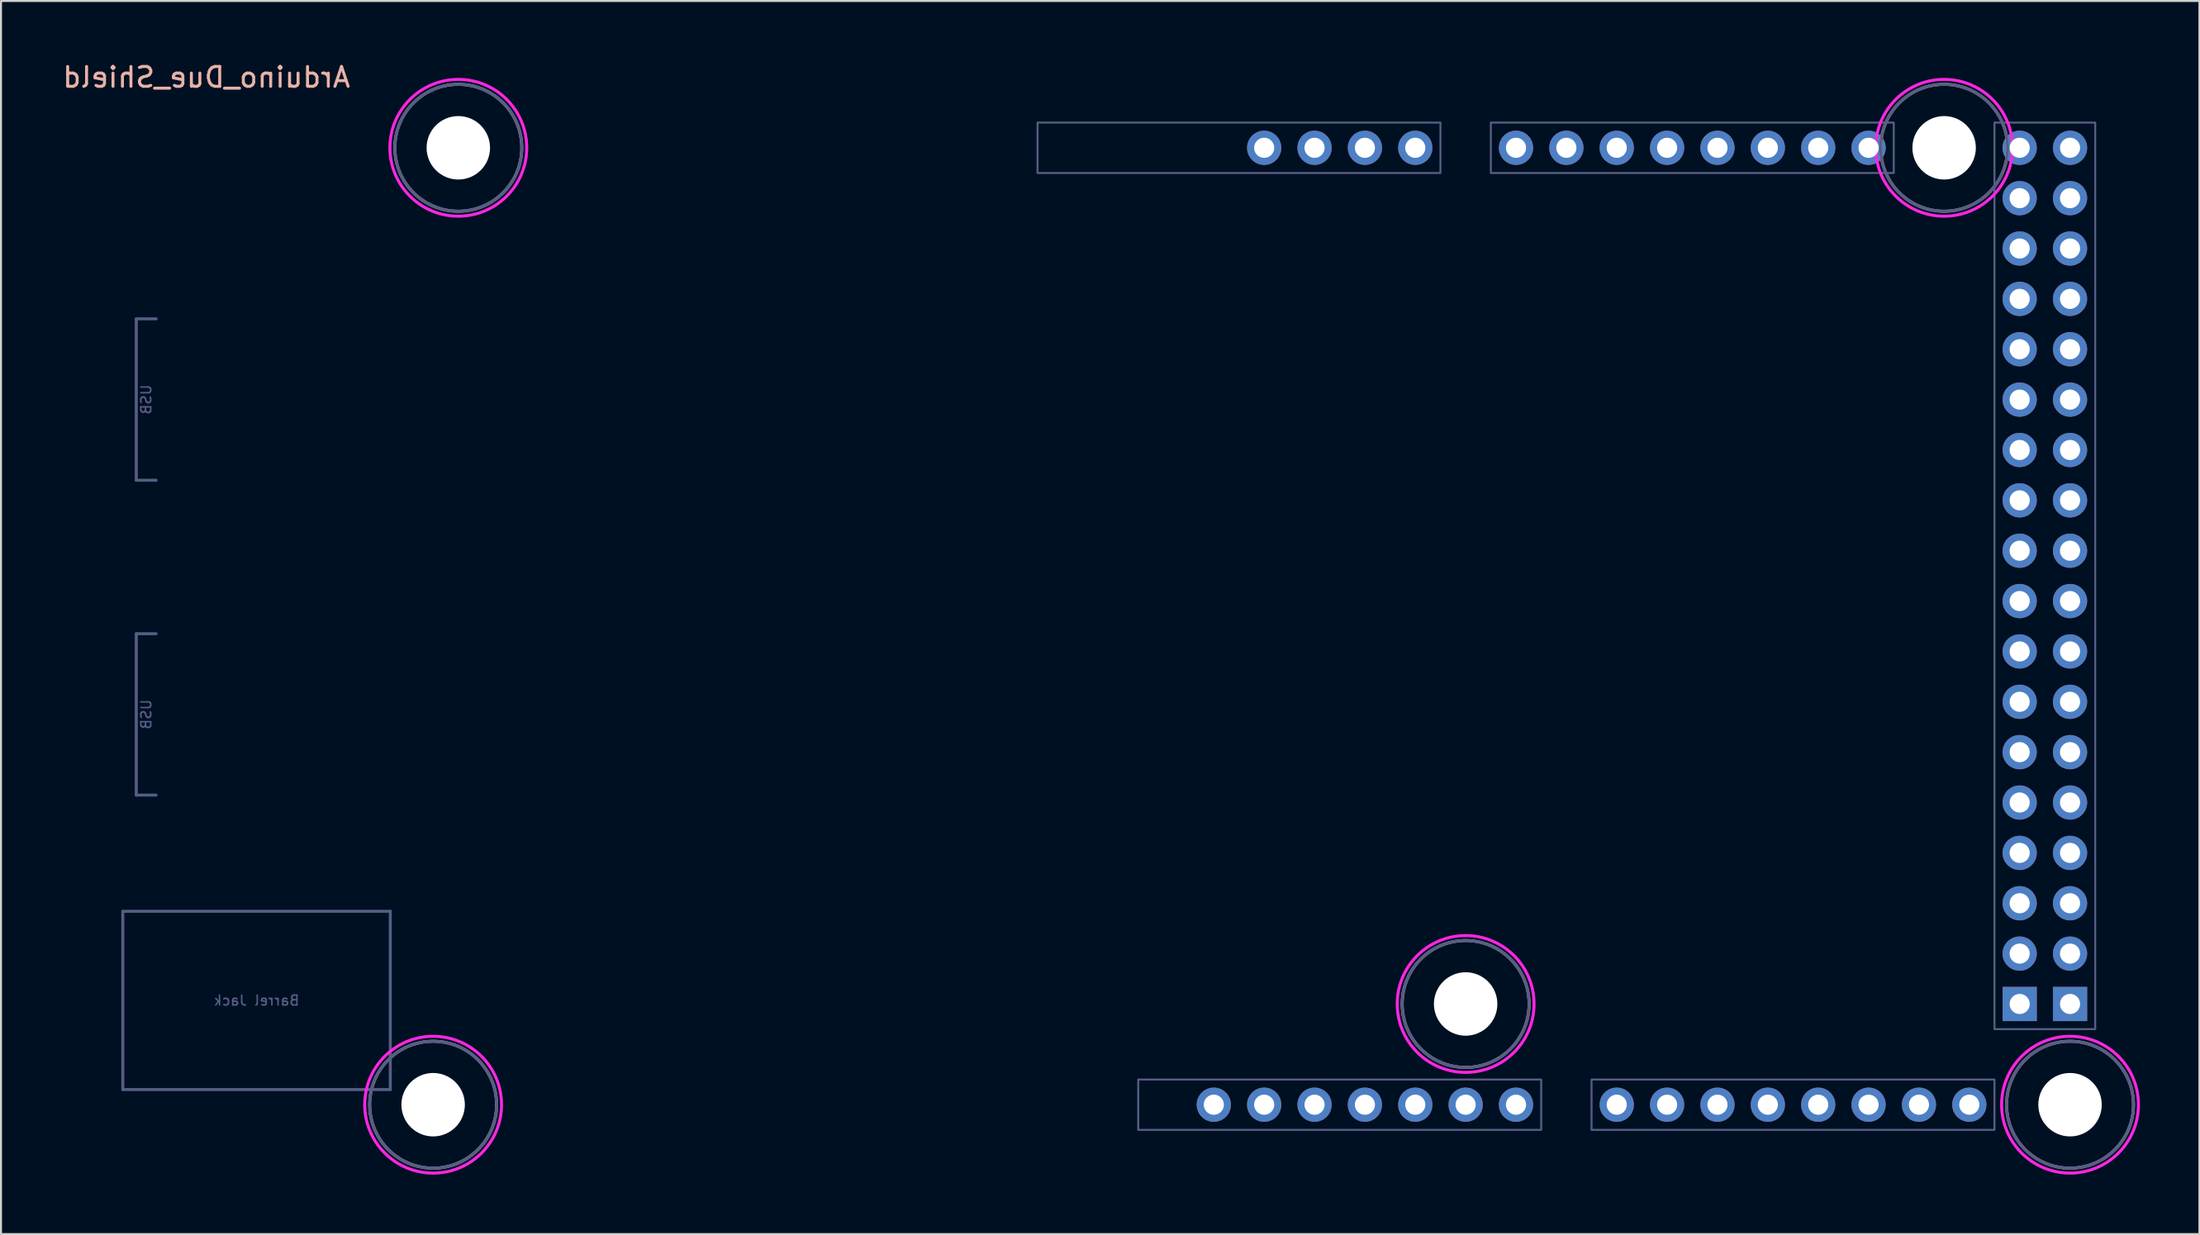
<source format=kicad_pcb>
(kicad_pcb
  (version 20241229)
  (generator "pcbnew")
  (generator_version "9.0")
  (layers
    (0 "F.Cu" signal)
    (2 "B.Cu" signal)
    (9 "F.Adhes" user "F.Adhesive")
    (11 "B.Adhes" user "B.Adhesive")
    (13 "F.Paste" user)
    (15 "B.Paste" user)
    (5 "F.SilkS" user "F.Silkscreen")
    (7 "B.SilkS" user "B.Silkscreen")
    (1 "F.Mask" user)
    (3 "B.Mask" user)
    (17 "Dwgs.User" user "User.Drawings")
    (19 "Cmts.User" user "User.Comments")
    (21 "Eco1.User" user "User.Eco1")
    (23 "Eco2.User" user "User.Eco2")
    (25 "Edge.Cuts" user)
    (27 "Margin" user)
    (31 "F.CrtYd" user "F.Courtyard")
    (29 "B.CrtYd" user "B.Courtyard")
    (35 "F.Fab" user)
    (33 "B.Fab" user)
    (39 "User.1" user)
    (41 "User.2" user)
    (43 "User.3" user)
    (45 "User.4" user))
  (footprint "Arduino_Due_Shield"
    (layer "F.Cu")
    (at 4.823 55.204)
    (property "Reference" "Arduino_Due_Shield" (at 2.54 -54.356 0) (layer "B.SilkS") (effects (font (size 1 1) (thickness 0.15)) (justify mirror)))
    (attr through_hole)
    (fp_circle (center 13.97 -2.54) (end 17.42 -2.54) (stroke (width 0.15) (type solid)) (fill no) (layer "F.CrtYd"))
    (fp_circle (center 15.24 -50.8) (end 18.69 -50.8) (stroke (width 0.15) (type solid)) (fill no) (layer "F.CrtYd"))
    (fp_circle (center 66.04 -7.62) (end 69.49 -7.62) (stroke (width 0.15) (type solid)) (fill no) (layer "F.CrtYd"))
    (fp_circle (center 90.17 -50.8) (end 93.62 -50.8) (stroke (width 0.15) (type solid)) (fill no) (layer "F.CrtYd"))
    (fp_circle (center 96.52 -2.54) (end 99.97 -2.54) (stroke (width 0.15) (type solid)) (fill no) (layer "F.CrtYd"))
    (fp_line (start -1.68 -12.294) (end -1.68 -3.303) (stroke (width 0.15) (type solid)) (layer "B.Fab"))
    (fp_line (start -1.68 -12.294) (end 11.81 -12.294) (stroke (width 0.15) (type solid)) (layer "B.Fab"))
    (fp_line (start -1.68 -3.303) (end 11.81 -3.303) (stroke (width 0.15) (type solid)) (layer "B.Fab"))
    (fp_line (start -1 -42.174) (end 0 -42.174) (stroke (width 0.15) (type solid)) (layer "B.Fab"))
    (fp_line (start -1 -34.034) (end -1 -42.174) (stroke (width 0.15) (type solid)) (layer "B.Fab"))
    (fp_line (start -1 -26.294) (end 0 -26.294) (stroke (width 0.15) (type solid)) (layer "B.Fab"))
    (fp_line (start -1 -18.154) (end -1 -26.294) (stroke (width 0.15) (type solid)) (layer "B.Fab"))
    (fp_line (start 0 -34.034) (end -1 -34.034) (stroke (width 0.15) (type solid)) (layer "B.Fab"))
    (fp_line (start 0 -18.154) (end -1 -18.154) (stroke (width 0.15) (type solid)) (layer "B.Fab"))
    (fp_line (start 11.81 -12.294) (end 11.81 -3.303) (stroke (width 0.15) (type solid)) (layer "B.Fab"))
    (fp_rect (start 44.45 -52.07) (end 64.77 -49.53) (stroke (width 0.1) (type solid)) (fill no) (layer "B.Fab"))
    (fp_rect (start 49.53 -3.81) (end 69.85 -1.27) (stroke (width 0.1) (type solid)) (fill no) (layer "B.Fab"))
    (fp_rect (start 67.31 -52.07) (end 87.63 -49.53) (stroke (width 0.1) (type solid)) (fill no) (layer "B.Fab"))
    (fp_rect (start 72.39 -3.81) (end 92.71 -1.27) (stroke (width 0.1) (type solid)) (fill no) (layer "B.Fab"))
    (fp_rect (start 92.71 -52.07) (end 97.79 -6.35) (stroke (width 0.1) (type solid)) (fill no) (layer "B.Fab"))
    (fp_circle (center 13.97 -2.54) (end 17.17 -2.54) (stroke (width 0.15) (type solid)) (fill no) (layer "B.Fab"))
    (fp_circle (center 15.24 -50.8) (end 18.44 -50.8) (stroke (width 0.15) (type solid)) (fill no) (layer "B.Fab"))
    (fp_circle (center 66.04 -7.62) (end 69.24 -7.62) (stroke (width 0.15) (type solid)) (fill no) (layer "B.Fab"))
    (fp_circle (center 90.17 -50.8) (end 93.37 -50.8) (stroke (width 0.15) (type solid)) (fill no) (layer "B.Fab"))
    (fp_circle (center 96.52 -2.54) (end 99.72 -2.54) (stroke (width 0.15) (type solid)) (fill no) (layer "B.Fab"))
    (fp_circle (center 13.97 -2.54) (end 17.17 -2.54) (stroke (width 0.15) (type solid)) (fill no) (layer "F.Fab"))
    (fp_circle (center 15.24 -50.8) (end 18.44 -50.8) (stroke (width 0.15) (type solid)) (fill no) (layer "F.Fab"))
    (fp_circle (center 66.04 -7.62) (end 69.24 -7.62) (stroke (width 0.15) (type solid)) (fill no) (layer "F.Fab"))
    (fp_circle (center 90.17 -50.8) (end 93.37 -50.8) (stroke (width 0.15) (type solid)) (fill no) (layer "F.Fab"))
    (fp_circle (center 96.52 -2.54) (end 99.72 -2.54) (stroke (width 0.15) (type solid)) (fill no) (layer "F.Fab"))
    (fp_text user "USB" (at -0.5 -22.224 270) (layer "B.Fab") (effects (font (size 0.5 0.5) (thickness 0.075)) (justify mirror)))
    (fp_text user "USB" (at -0.5 -38.104 270) (layer "B.Fab") (effects (font (size 0.5 0.5) (thickness 0.075)) (justify mirror)))
    (fp_text user "Barrel Jack" (at 5.065 -7.798 0) (layer "B.Fab") (effects (font (size 0.5 0.5) (thickness 0.075)) (justify mirror)))
    (pad "" np_thru_hole circle (at 13.97 -2.54) (size 3.2 3.2) (drill 3.2) (layers "*.Cu" "*.Mask"))
    (pad "" np_thru_hole circle (at 15.24 -50.8) (size 3.2 3.2) (drill 3.2) (layers "*.Cu" "*.Mask"))
    (pad "" np_thru_hole circle (at 66.04 -7.62) (size 3.2 3.2) (drill 3.2) (layers "*.Cu" "*.Mask"))
    (pad "" np_thru_hole circle (at 90.17 -50.8) (size 3.2 3.2) (drill 3.2) (layers "*.Cu" "*.Mask"))
    (pad "" np_thru_hole circle (at 96.52 -2.54) (size 3.2 3.2) (drill 3.2) (layers "*.Cu" "*.Mask"))
    (pad "5V3" thru_hole oval (at 93.98 -50.8) (size 1.727 1.727) (drill 1.016) (layers "*.Cu" "*.Mask"))
    (pad "5V4" thru_hole oval (at 96.52 -50.8) (size 1.727 1.727) (drill 1.016) (layers "*.Cu" "*.Mask"))
    (pad "A1" thru_hole oval (at 53.34 -2.54) (size 1.727 1.727) (drill 1.016) (layers "*.Cu" "*.Mask"))
    (pad "A2" thru_hole oval (at 55.88 -2.54) (size 1.727 1.727) (drill 1.016) (layers "*.Cu" "*.Mask"))
    (pad "A3" thru_hole oval (at 58.42 -2.54) (size 1.727 1.727) (drill 1.016) (layers "*.Cu" "*.Mask"))
    (pad "A4" thru_hole oval (at 60.96 -2.54) (size 1.727 1.727) (drill 1.016) (layers "*.Cu" "*.Mask"))
    (pad "A5" thru_hole oval (at 63.5 -2.54) (size 1.727 1.727) (drill 1.016) (layers "*.Cu" "*.Mask"))
    (pad "A6" thru_hole oval (at 66.04 -2.54) (size 1.727 1.727) (drill 1.016) (layers "*.Cu" "*.Mask"))
    (pad "A7" thru_hole oval (at 68.58 -2.54) (size 1.727 1.727) (drill 1.016) (layers "*.Cu" "*.Mask"))
    (pad "A8" thru_hole oval (at 73.66 -2.54) (size 1.727 1.727) (drill 1.016) (layers "*.Cu" "*.Mask"))
    (pad "A9" thru_hole oval (at 76.2 -2.54) (size 1.727 1.727) (drill 1.016) (layers "*.Cu" "*.Mask"))
    (pad "A10" thru_hole oval (at 78.74 -2.54) (size 1.727 1.727) (drill 1.016) (layers "*.Cu" "*.Mask"))
    (pad "A11" thru_hole oval (at 81.28 -2.54) (size 1.727 1.727) (drill 1.016) (layers "*.Cu" "*.Mask"))
    (pad "CANR" thru_hole oval (at 88.9 -2.54) (size 1.727 1.727) (drill 1.016) (layers "*.Cu" "*.Mask"))
    (pad "CANT" thru_hole oval (at 91.44 -2.54) (size 1.727 1.727) (drill 1.016) (layers "*.Cu" "*.Mask"))
    (pad "D0" thru_hole oval (at 63.5 -50.8) (size 1.727 1.727) (drill 1.016) (layers "*.Cu" "*.Mask"))
    (pad "D1" thru_hole oval (at 60.96 -50.8) (size 1.727 1.727) (drill 1.016) (layers "*.Cu" "*.Mask"))
    (pad "D2" thru_hole oval (at 58.42 -50.8) (size 1.727 1.727) (drill 1.016) (layers "*.Cu" "*.Mask"))
    (pad "D3" thru_hole oval (at 55.88 -50.8) (size 1.727 1.727) (drill 1.016) (layers "*.Cu" "*.Mask"))
    (pad "D14" thru_hole oval (at 68.58 -50.8) (size 1.727 1.727) (drill 1.016) (layers "*.Cu" "*.Mask"))
    (pad "D15" thru_hole oval (at 71.12 -50.8) (size 1.727 1.727) (drill 1.016) (layers "*.Cu" "*.Mask"))
    (pad "D16" thru_hole oval (at 73.66 -50.8) (size 1.727 1.727) (drill 1.016) (layers "*.Cu" "*.Mask"))
    (pad "D17" thru_hole oval (at 76.2 -50.8) (size 1.727 1.727) (drill 1.016) (layers "*.Cu" "*.Mask"))
    (pad "D18" thru_hole oval (at 78.74 -50.8) (size 1.727 1.727) (drill 1.016) (layers "*.Cu" "*.Mask"))
    (pad "D19" thru_hole oval (at 81.28 -50.8) (size 1.727 1.727) (drill 1.016) (layers "*.Cu" "*.Mask"))
    (pad "D20" thru_hole oval (at 83.82 -50.8) (size 1.727 1.727) (drill 1.016) (layers "*.Cu" "*.Mask"))
    (pad "D21" thru_hole oval (at 86.36 -50.8) (size 1.727 1.727) (drill 1.016) (layers "*.Cu" "*.Mask"))
    (pad "D22" thru_hole oval (at 93.98 -48.26) (size 1.727 1.727) (drill 1.016) (layers "*.Cu" "*.Mask"))
    (pad "D23" thru_hole oval (at 96.52 -48.26) (size 1.727 1.727) (drill 1.016) (layers "*.Cu" "*.Mask"))
    (pad "D24" thru_hole oval (at 93.98 -45.72) (size 1.727 1.727) (drill 1.016) (layers "*.Cu" "*.Mask"))
    (pad "D25" thru_hole oval (at 96.52 -45.72) (size 1.727 1.727) (drill 1.016) (layers "*.Cu" "*.Mask"))
    (pad "D26" thru_hole oval (at 93.98 -43.18) (size 1.727 1.727) (drill 1.016) (layers "*.Cu" "*.Mask"))
    (pad "D27" thru_hole oval (at 96.52 -43.18) (size 1.727 1.727) (drill 1.016) (layers "*.Cu" "*.Mask"))
    (pad "D28" thru_hole oval (at 93.98 -40.64) (size 1.727 1.727) (drill 1.016) (layers "*.Cu" "*.Mask"))
    (pad "D29" thru_hole oval (at 96.52 -40.64) (size 1.727 1.727) (drill 1.016) (layers "*.Cu" "*.Mask"))
    (pad "D30" thru_hole oval (at 93.98 -38.1) (size 1.727 1.727) (drill 1.016) (layers "*.Cu" "*.Mask"))
    (pad "D31" thru_hole oval (at 96.52 -38.1) (size 1.727 1.727) (drill 1.016) (layers "*.Cu" "*.Mask"))
    (pad "D32" thru_hole oval (at 93.98 -35.56) (size 1.727 1.727) (drill 1.016) (layers "*.Cu" "*.Mask"))
    (pad "D33" thru_hole oval (at 96.52 -35.56) (size 1.727 1.727) (drill 1.016) (layers "*.Cu" "*.Mask"))
    (pad "D34" thru_hole oval (at 93.98 -33.02) (size 1.727 1.727) (drill 1.016) (layers "*.Cu" "*.Mask"))
    (pad "D35" thru_hole oval (at 96.52 -33.02) (size 1.727 1.727) (drill 1.016) (layers "*.Cu" "*.Mask"))
    (pad "D36" thru_hole oval (at 93.98 -30.48) (size 1.727 1.727) (drill 1.016) (layers "*.Cu" "*.Mask"))
    (pad "D37" thru_hole oval (at 96.52 -30.48) (size 1.727 1.727) (drill 1.016) (layers "*.Cu" "*.Mask"))
    (pad "D38" thru_hole oval (at 93.98 -27.94) (size 1.727 1.727) (drill 1.016) (layers "*.Cu" "*.Mask"))
    (pad "D39" thru_hole oval (at 96.52 -27.94) (size 1.727 1.727) (drill 1.016) (layers "*.Cu" "*.Mask"))
    (pad "D40" thru_hole oval (at 93.98 -25.4) (size 1.727 1.727) (drill 1.016) (layers "*.Cu" "*.Mask"))
    (pad "D41" thru_hole oval (at 96.52 -25.4) (size 1.727 1.727) (drill 1.016) (layers "*.Cu" "*.Mask"))
    (pad "D42" thru_hole oval (at 93.98 -22.86) (size 1.727 1.727) (drill 1.016) (layers "*.Cu" "*.Mask"))
    (pad "D43" thru_hole oval (at 96.52 -22.86) (size 1.727 1.727) (drill 1.016) (layers "*.Cu" "*.Mask"))
    (pad "D44" thru_hole oval (at 93.98 -20.32) (size 1.727 1.727) (drill 1.016) (layers "*.Cu" "*.Mask"))
    (pad "D45" thru_hole oval (at 96.52 -20.32) (size 1.727 1.727) (drill 1.016) (layers "*.Cu" "*.Mask"))
    (pad "D46" thru_hole oval (at 93.98 -17.78) (size 1.727 1.727) (drill 1.016) (layers "*.Cu" "*.Mask"))
    (pad "D47" thru_hole oval (at 96.52 -17.78) (size 1.727 1.727) (drill 1.016) (layers "*.Cu" "*.Mask"))
    (pad "D48" thru_hole oval (at 93.98 -15.24) (size 1.727 1.727) (drill 1.016) (layers "*.Cu" "*.Mask"))
    (pad "D49" thru_hole oval (at 96.52 -15.24) (size 1.727 1.727) (drill 1.016) (layers "*.Cu" "*.Mask"))
    (pad "D50" thru_hole oval (at 93.98 -12.7) (size 1.727 1.727) (drill 1.016) (layers "*.Cu" "*.Mask"))
    (pad "D51" thru_hole oval (at 96.52 -12.7) (size 1.727 1.727) (drill 1.016) (layers "*.Cu" "*.Mask"))
    (pad "D52" thru_hole oval (at 93.98 -10.16) (size 1.727 1.727) (drill 1.016) (layers "*.Cu" "*.Mask"))
    (pad "D53" thru_hole oval (at 96.52 -10.16) (size 1.727 1.727) (drill 1.016) (layers "*.Cu" "*.Mask"))
    (pad "DAC0" thru_hole oval (at 83.82 -2.54) (size 1.727 1.727) (drill 1.016) (layers "*.Cu" "*.Mask"))
    (pad "DAC1" thru_hole oval (at 86.36 -2.54) (size 1.727 1.727) (drill 1.016) (layers "*.Cu" "*.Mask"))
    (pad "GND5" thru_hole rect (at 93.98 -7.62) (size 1.727 1.727) (drill 1.016) (layers "*.Cu" "*.Mask"))
    (pad "GND6" thru_hole rect (at 96.52 -7.62) (size 1.727 1.727) (drill 1.016) (layers "*.Cu" "*.Mask")))
  (gr_rect
    (start -3 -3)
    (end 107.868 59.189)
    (stroke (width 0.1) (type default))
    (fill no)
    (layer "Edge.Cuts")))
</source>
